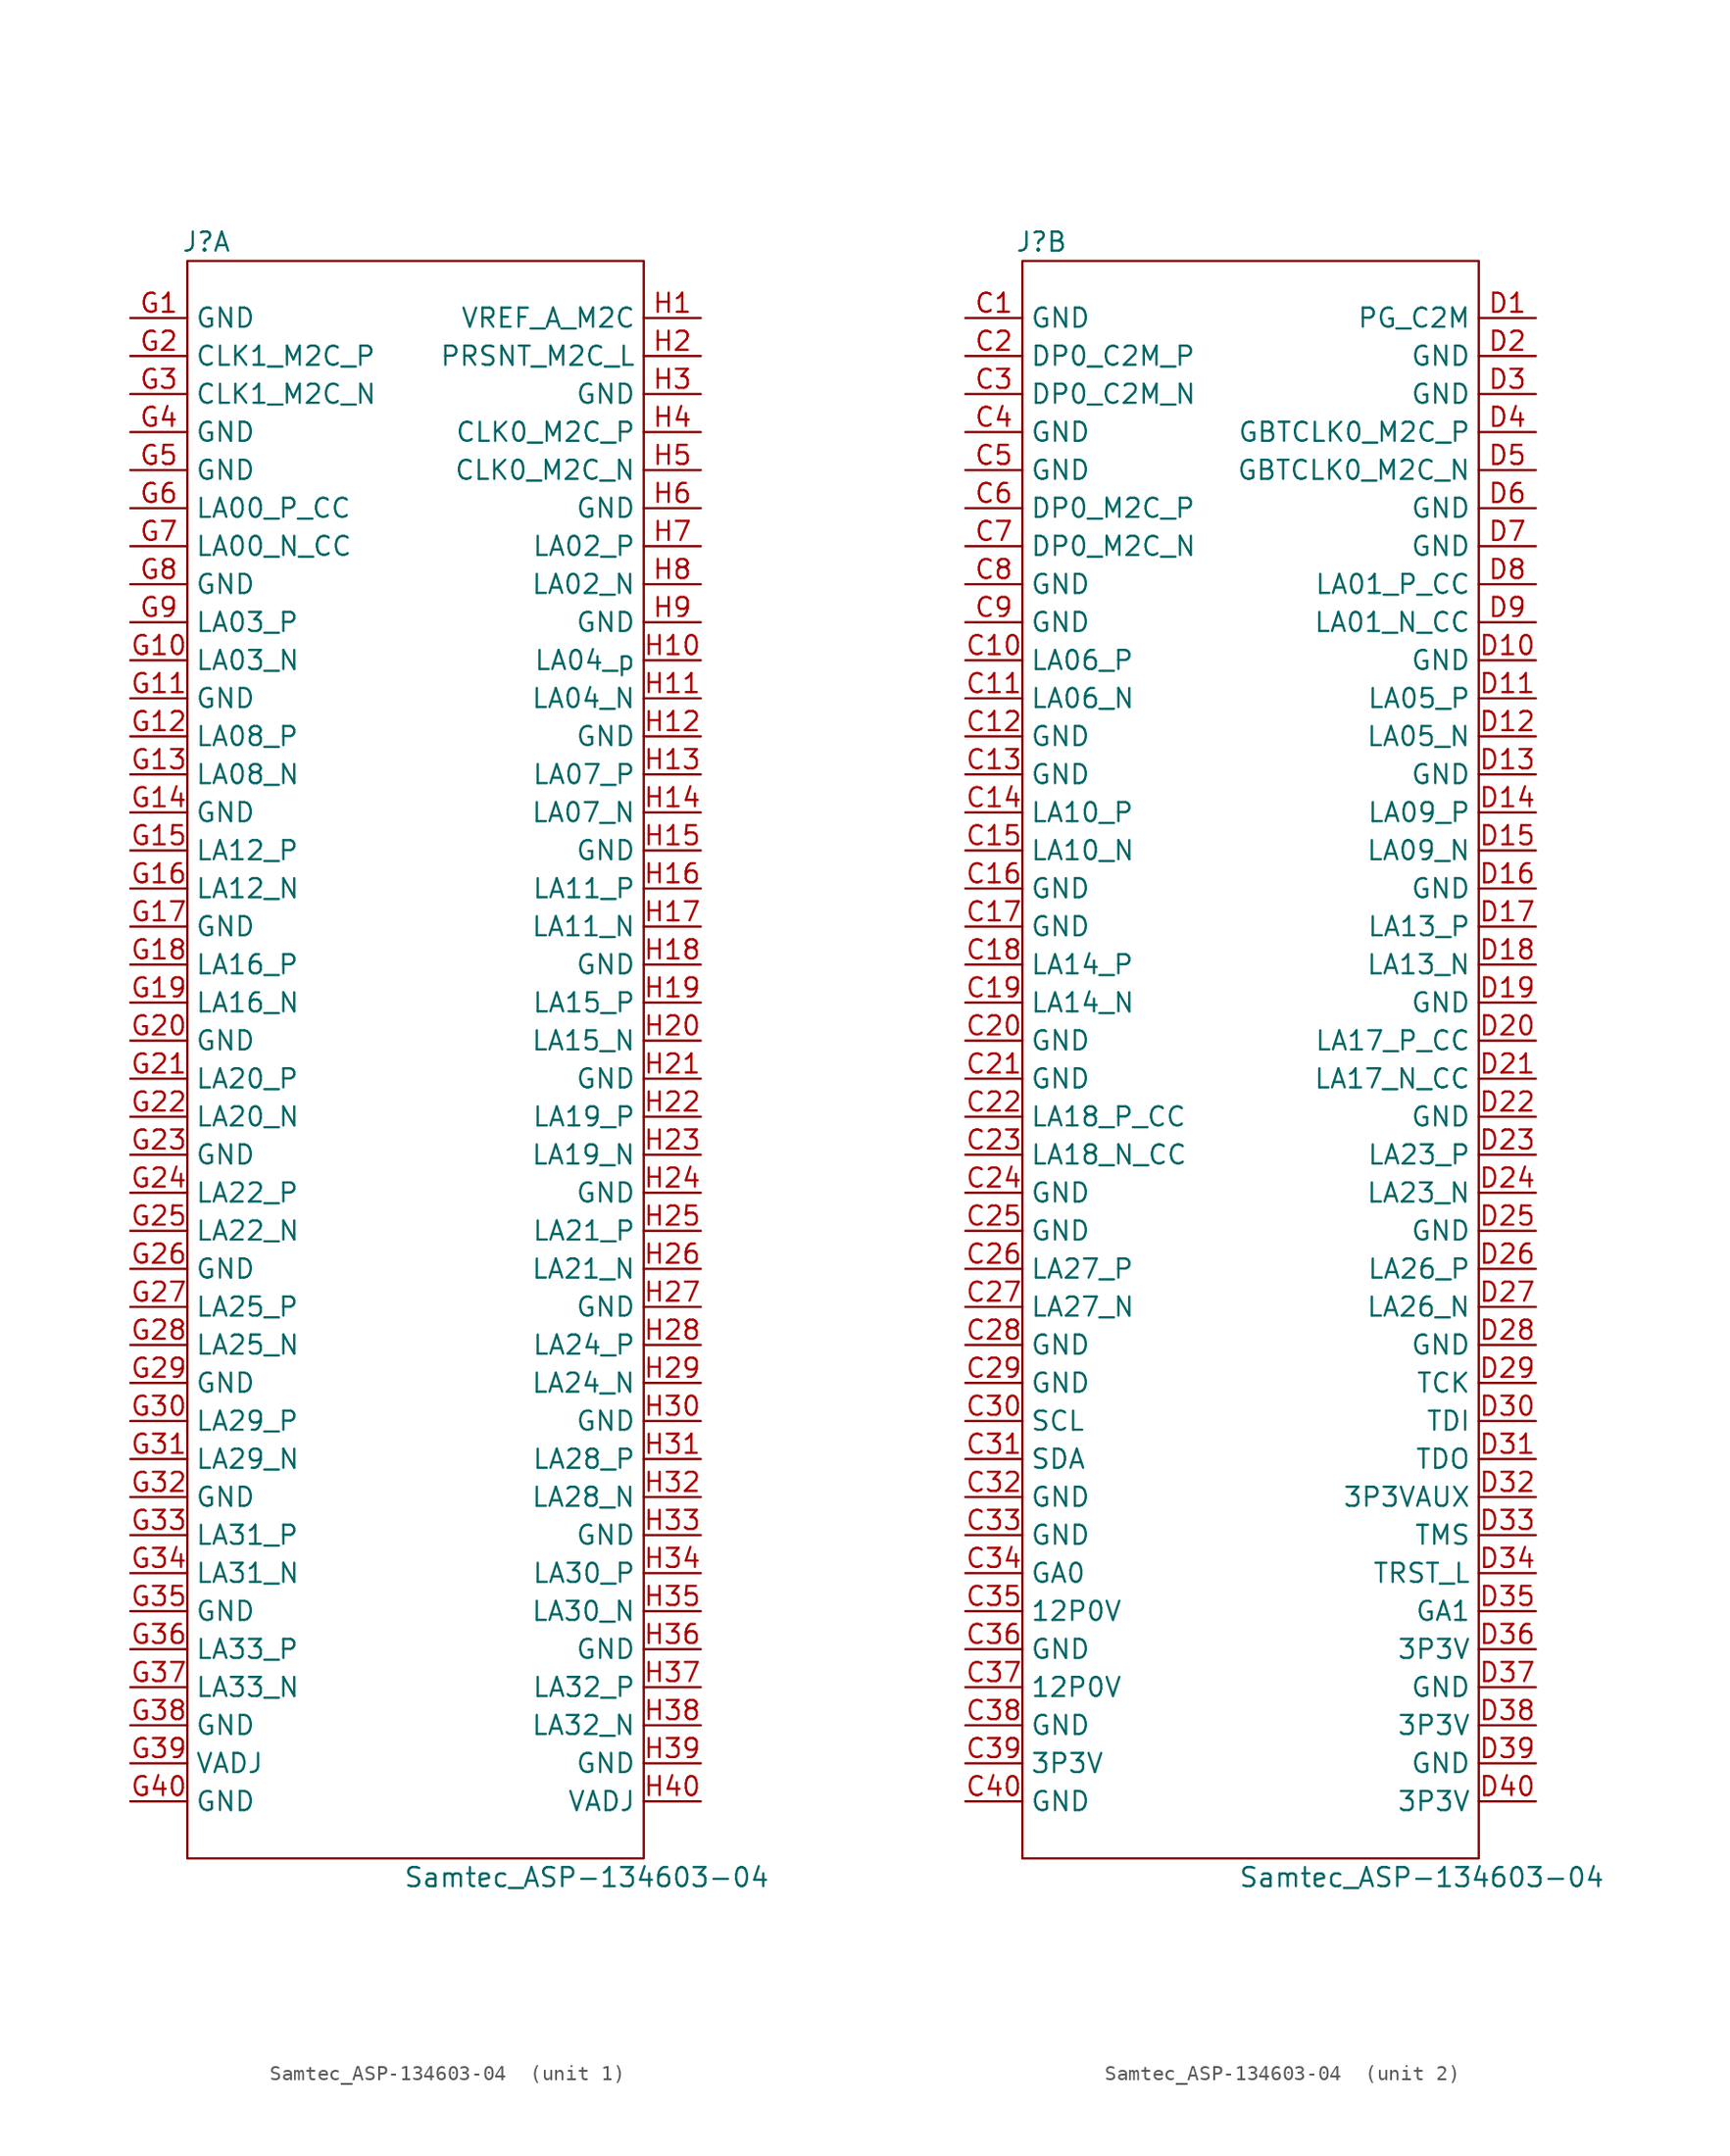
<source format=kicad_sym>
(kicad_symbol_lib
  (version 20211014)
  (generator kicad_symbol_editor)
  (symbol "Samtec_ASP-134603-04 "
    (property "Reference" "J"
      (at -13.97 54.61 0)
      (effects (font (size 1.27 1.27))))
    (property "Value" "Samtec_ASP-134603-04 "
      (at 11.43 -54.61 0)
      (effects (font (size 1.27 1.27))))
    (property "ki_locked" ""
      (at 0 0 0)
      (effects (font (size 1.27 1.27))))
    (symbol "Samtec_ASP-134603-04 _0_1"
      (rectangle (start -15.24 53.34) (end 15.24 -53.34) (stroke (width 0) (type default) (color 0 0 0 0)) (fill (type none))))
    (symbol "Samtec_ASP-134603-04 _1_1"
      (pin passive line (at -19.05 49.53 0) (length 3.81) (name "GND" (effects (font (size 1.27 1.27)))) (number "G1" (effects (font (size 1.27 1.27)))))
      (pin passive line (at -19.05 26.67 0) (length 3.81) (name "LA03_N" (effects (font (size 1.27 1.27)))) (number "G10" (effects (font (size 1.27 1.27)))))
      (pin passive line (at -19.05 24.13 0) (length 3.81) (name "GND" (effects (font (size 1.27 1.27)))) (number "G11" (effects (font (size 1.27 1.27)))))
      (pin passive line (at -19.05 21.59 0) (length 3.81) (name "LA08_P" (effects (font (size 1.27 1.27)))) (number "G12" (effects (font (size 1.27 1.27)))))
      (pin passive line (at -19.05 19.05 0) (length 3.81) (name "LA08_N" (effects (font (size 1.27 1.27)))) (number "G13" (effects (font (size 1.27 1.27)))))
      (pin passive line (at -19.05 16.51 0) (length 3.81) (name "GND" (effects (font (size 1.27 1.27)))) (number "G14" (effects (font (size 1.27 1.27)))))
      (pin passive line (at -19.05 13.97 0) (length 3.81) (name "LA12_P" (effects (font (size 1.27 1.27)))) (number "G15" (effects (font (size 1.27 1.27)))))
      (pin passive line (at -19.05 11.43 0) (length 3.81) (name "LA12_N" (effects (font (size 1.27 1.27)))) (number "G16" (effects (font (size 1.27 1.27)))))
      (pin passive line (at -19.05 8.89 0) (length 3.81) (name "GND" (effects (font (size 1.27 1.27)))) (number "G17" (effects (font (size 1.27 1.27)))))
      (pin passive line (at -19.05 6.35 0) (length 3.81) (name "LA16_P" (effects (font (size 1.27 1.27)))) (number "G18" (effects (font (size 1.27 1.27)))))
      (pin passive line (at -19.05 3.81 0) (length 3.81) (name "LA16_N" (effects (font (size 1.27 1.27)))) (number "G19" (effects (font (size 1.27 1.27)))))
      (pin output line (at -19.05 46.99 0) (length 3.81) (name "CLK1_M2C_P" (effects (font (size 1.27 1.27)))) (number "G2" (effects (font (size 1.27 1.27)))))
      (pin passive line (at -19.05 1.27 0) (length 3.81) (name "GND" (effects (font (size 1.27 1.27)))) (number "G20" (effects (font (size 1.27 1.27)))))
      (pin passive line (at -19.05 -1.27 0) (length 3.81) (name "LA20_P" (effects (font (size 1.27 1.27)))) (number "G21" (effects (font (size 1.27 1.27)))))
      (pin passive line (at -19.05 -3.81 0) (length 3.81) (name "LA20_N" (effects (font (size 1.27 1.27)))) (number "G22" (effects (font (size 1.27 1.27)))))
      (pin passive line (at -19.05 -6.35 0) (length 3.81) (name "GND" (effects (font (size 1.27 1.27)))) (number "G23" (effects (font (size 1.27 1.27)))))
      (pin passive line (at -19.05 -8.89 0) (length 3.81) (name "LA22_P" (effects (font (size 1.27 1.27)))) (number "G24" (effects (font (size 1.27 1.27)))))
      (pin passive line (at -19.05 -11.43 0) (length 3.81) (name "LA22_N" (effects (font (size 1.27 1.27)))) (number "G25" (effects (font (size 1.27 1.27)))))
      (pin passive line (at -19.05 -13.97 0) (length 3.81) (name "GND" (effects (font (size 1.27 1.27)))) (number "G26" (effects (font (size 1.27 1.27)))))
      (pin passive line (at -19.05 -16.51 0) (length 3.81) (name "LA25_P" (effects (font (size 1.27 1.27)))) (number "G27" (effects (font (size 1.27 1.27)))))
      (pin passive line (at -19.05 -19.05 0) (length 3.81) (name "LA25_N" (effects (font (size 1.27 1.27)))) (number "G28" (effects (font (size 1.27 1.27)))))
      (pin passive line (at -19.05 -21.59 0) (length 3.81) (name "GND" (effects (font (size 1.27 1.27)))) (number "G29" (effects (font (size 1.27 1.27)))))
      (pin output line (at -19.05 44.45 0) (length 3.81) (name "CLK1_M2C_N" (effects (font (size 1.27 1.27)))) (number "G3" (effects (font (size 1.27 1.27)))))
      (pin passive line (at -19.05 -24.13 0) (length 3.81) (name "LA29_P" (effects (font (size 1.27 1.27)))) (number "G30" (effects (font (size 1.27 1.27)))))
      (pin passive line (at -19.05 -26.67 0) (length 3.81) (name "LA29_N" (effects (font (size 1.27 1.27)))) (number "G31" (effects (font (size 1.27 1.27)))))
      (pin passive line (at -19.05 -29.21 0) (length 3.81) (name "GND" (effects (font (size 1.27 1.27)))) (number "G32" (effects (font (size 1.27 1.27)))))
      (pin passive line (at -19.05 -31.75 0) (length 3.81) (name "LA31_P" (effects (font (size 1.27 1.27)))) (number "G33" (effects (font (size 1.27 1.27)))))
      (pin passive line (at -19.05 -34.29 0) (length 3.81) (name "LA31_N" (effects (font (size 1.27 1.27)))) (number "G34" (effects (font (size 1.27 1.27)))))
      (pin passive line (at -19.05 -36.83 0) (length 3.81) (name "GND" (effects (font (size 1.27 1.27)))) (number "G35" (effects (font (size 1.27 1.27)))))
      (pin passive line (at -19.05 -39.37 0) (length 3.81) (name "LA33_P" (effects (font (size 1.27 1.27)))) (number "G36" (effects (font (size 1.27 1.27)))))
      (pin passive line (at -19.05 -41.91 0) (length 3.81) (name "LA33_N" (effects (font (size 1.27 1.27)))) (number "G37" (effects (font (size 1.27 1.27)))))
      (pin passive line (at -19.05 -44.45 0) (length 3.81) (name "GND" (effects (font (size 1.27 1.27)))) (number "G38" (effects (font (size 1.27 1.27)))))
      (pin passive line (at -19.05 -46.99 0) (length 3.81) (name "VADJ" (effects (font (size 1.27 1.27)))) (number "G39" (effects (font (size 1.27 1.27)))))
      (pin passive line (at -19.05 41.91 0) (length 3.81) (name "GND" (effects (font (size 1.27 1.27)))) (number "G4" (effects (font (size 1.27 1.27)))))
      (pin passive line (at -19.05 -49.53 0) (length 3.81) (name "GND" (effects (font (size 1.27 1.27)))) (number "G40" (effects (font (size 1.27 1.27)))))
      (pin passive line (at -19.05 39.37 0) (length 3.81) (name "GND" (effects (font (size 1.27 1.27)))) (number "G5" (effects (font (size 1.27 1.27)))))
      (pin passive line (at -19.05 36.83 0) (length 3.81) (name "LA00_P_CC" (effects (font (size 1.27 1.27)))) (number "G6" (effects (font (size 1.27 1.27)))))
      (pin passive line (at -19.05 34.29 0) (length 3.81) (name "LA00_N_CC" (effects (font (size 1.27 1.27)))) (number "G7" (effects (font (size 1.27 1.27)))))
      (pin passive line (at -19.05 31.75 0) (length 3.81) (name "GND" (effects (font (size 1.27 1.27)))) (number "G8" (effects (font (size 1.27 1.27)))))
      (pin passive line (at -19.05 29.21 0) (length 3.81) (name "LA03_P" (effects (font (size 1.27 1.27)))) (number "G9" (effects (font (size 1.27 1.27)))))
      (pin passive line (at 19.05 49.53 180) (length 3.81) (name "VREF_A_M2C" (effects (font (size 1.27 1.27)))) (number "H1" (effects (font (size 1.27 1.27)))))
      (pin passive line (at 19.05 26.67 180) (length 3.81) (name "LA04_p" (effects (font (size 1.27 1.27)))) (number "H10" (effects (font (size 1.27 1.27)))))
      (pin passive line (at 19.05 24.13 180) (length 3.81) (name "LA04_N" (effects (font (size 1.27 1.27)))) (number "H11" (effects (font (size 1.27 1.27)))))
      (pin passive line (at 19.05 21.59 180) (length 3.81) (name "GND" (effects (font (size 1.27 1.27)))) (number "H12" (effects (font (size 1.27 1.27)))))
      (pin passive line (at 19.05 19.05 180) (length 3.81) (name "LA07_P" (effects (font (size 1.27 1.27)))) (number "H13" (effects (font (size 1.27 1.27)))))
      (pin passive line (at 19.05 16.51 180) (length 3.81) (name "LA07_N" (effects (font (size 1.27 1.27)))) (number "H14" (effects (font (size 1.27 1.27)))))
      (pin passive line (at 19.05 13.97 180) (length 3.81) (name "GND" (effects (font (size 1.27 1.27)))) (number "H15" (effects (font (size 1.27 1.27)))))
      (pin passive line (at 19.05 11.43 180) (length 3.81) (name "LA11_P" (effects (font (size 1.27 1.27)))) (number "H16" (effects (font (size 1.27 1.27)))))
      (pin passive line (at 19.05 8.89 180) (length 3.81) (name "LA11_N" (effects (font (size 1.27 1.27)))) (number "H17" (effects (font (size 1.27 1.27)))))
      (pin passive line (at 19.05 6.35 180) (length 3.81) (name "GND" (effects (font (size 1.27 1.27)))) (number "H18" (effects (font (size 1.27 1.27)))))
      (pin passive line (at 19.05 3.81 180) (length 3.81) (name "LA15_P" (effects (font (size 1.27 1.27)))) (number "H19" (effects (font (size 1.27 1.27)))))
      (pin passive line (at 19.05 46.99 180) (length 3.81) (name "PRSNT_M2C_L" (effects (font (size 1.27 1.27)))) (number "H2" (effects (font (size 1.27 1.27)))))
      (pin passive line (at 19.05 1.27 180) (length 3.81) (name "LA15_N" (effects (font (size 1.27 1.27)))) (number "H20" (effects (font (size 1.27 1.27)))))
      (pin passive line (at 19.05 -1.27 180) (length 3.81) (name "GND" (effects (font (size 1.27 1.27)))) (number "H21" (effects (font (size 1.27 1.27)))))
      (pin passive line (at 19.05 -3.81 180) (length 3.81) (name "LA19_P" (effects (font (size 1.27 1.27)))) (number "H22" (effects (font (size 1.27 1.27)))))
      (pin passive line (at 19.05 -6.35 180) (length 3.81) (name "LA19_N" (effects (font (size 1.27 1.27)))) (number "H23" (effects (font (size 1.27 1.27)))))
      (pin passive line (at 19.05 -8.89 180) (length 3.81) (name "GND" (effects (font (size 1.27 1.27)))) (number "H24" (effects (font (size 1.27 1.27)))))
      (pin passive line (at 19.05 -11.43 180) (length 3.81) (name "LA21_P" (effects (font (size 1.27 1.27)))) (number "H25" (effects (font (size 1.27 1.27)))))
      (pin passive line (at 19.05 -13.97 180) (length 3.81) (name "LA21_N" (effects (font (size 1.27 1.27)))) (number "H26" (effects (font (size 1.27 1.27)))))
      (pin passive line (at 19.05 -16.51 180) (length 3.81) (name "GND" (effects (font (size 1.27 1.27)))) (number "H27" (effects (font (size 1.27 1.27)))))
      (pin passive line (at 19.05 -19.05 180) (length 3.81) (name "LA24_P" (effects (font (size 1.27 1.27)))) (number "H28" (effects (font (size 1.27 1.27)))))
      (pin passive line (at 19.05 -21.59 180) (length 3.81) (name "LA24_N" (effects (font (size 1.27 1.27)))) (number "H29" (effects (font (size 1.27 1.27)))))
      (pin passive line (at 19.05 44.45 180) (length 3.81) (name "GND" (effects (font (size 1.27 1.27)))) (number "H3" (effects (font (size 1.27 1.27)))))
      (pin passive line (at 19.05 -24.13 180) (length 3.81) (name "GND" (effects (font (size 1.27 1.27)))) (number "H30" (effects (font (size 1.27 1.27)))))
      (pin passive line (at 19.05 -26.67 180) (length 3.81) (name "LA28_P" (effects (font (size 1.27 1.27)))) (number "H31" (effects (font (size 1.27 1.27)))))
      (pin passive line (at 19.05 -29.21 180) (length 3.81) (name "LA28_N" (effects (font (size 1.27 1.27)))) (number "H32" (effects (font (size 1.27 1.27)))))
      (pin passive line (at 19.05 -31.75 180) (length 3.81) (name "GND" (effects (font (size 1.27 1.27)))) (number "H33" (effects (font (size 1.27 1.27)))))
      (pin passive line (at 19.05 -34.29 180) (length 3.81) (name "LA30_P" (effects (font (size 1.27 1.27)))) (number "H34" (effects (font (size 1.27 1.27)))))
      (pin passive line (at 19.05 -36.83 180) (length 3.81) (name "LA30_N" (effects (font (size 1.27 1.27)))) (number "H35" (effects (font (size 1.27 1.27)))))
      (pin passive line (at 19.05 -39.37 180) (length 3.81) (name "GND" (effects (font (size 1.27 1.27)))) (number "H36" (effects (font (size 1.27 1.27)))))
      (pin passive line (at 19.05 -41.91 180) (length 3.81) (name "LA32_P" (effects (font (size 1.27 1.27)))) (number "H37" (effects (font (size 1.27 1.27)))))
      (pin passive line (at 19.05 -44.45 180) (length 3.81) (name "LA32_N" (effects (font (size 1.27 1.27)))) (number "H38" (effects (font (size 1.27 1.27)))))
      (pin passive line (at 19.05 -46.99 180) (length 3.81) (name "GND" (effects (font (size 1.27 1.27)))) (number "H39" (effects (font (size 1.27 1.27)))))
      (pin output line (at 19.05 41.91 180) (length 3.81) (name "CLK0_M2C_P" (effects (font (size 1.27 1.27)))) (number "H4" (effects (font (size 1.27 1.27)))))
      (pin passive line (at 19.05 -49.53 180) (length 3.81) (name "VADJ" (effects (font (size 1.27 1.27)))) (number "H40" (effects (font (size 1.27 1.27)))))
      (pin output line (at 19.05 39.37 180) (length 3.81) (name "CLK0_M2C_N" (effects (font (size 1.27 1.27)))) (number "H5" (effects (font (size 1.27 1.27)))))
      (pin passive line (at 19.05 36.83 180) (length 3.81) (name "GND" (effects (font (size 1.27 1.27)))) (number "H6" (effects (font (size 1.27 1.27)))))
      (pin passive line (at 19.05 34.29 180) (length 3.81) (name "LA02_P" (effects (font (size 1.27 1.27)))) (number "H7" (effects (font (size 1.27 1.27)))))
      (pin passive line (at 19.05 31.75 180) (length 3.81) (name "LA02_N" (effects (font (size 1.27 1.27)))) (number "H8" (effects (font (size 1.27 1.27)))))
      (pin passive line (at 19.05 29.21 180) (length 3.81) (name "GND" (effects (font (size 1.27 1.27)))) (number "H9" (effects (font (size 1.27 1.27))))))
    (symbol "Samtec_ASP-134603-04 _2_1"
      (pin passive line (at -19.05 49.53 0) (length 3.81) (name "GND" (effects (font (size 1.27 1.27)))) (number "C1" (effects (font (size 1.27 1.27)))))
      (pin passive line (at -19.05 26.67 0) (length 3.81) (name "LA06_P" (effects (font (size 1.27 1.27)))) (number "C10" (effects (font (size 1.27 1.27)))))
      (pin passive line (at -19.05 24.13 0) (length 3.81) (name "LA06_N" (effects (font (size 1.27 1.27)))) (number "C11" (effects (font (size 1.27 1.27)))))
      (pin passive line (at -19.05 21.59 0) (length 3.81) (name "GND" (effects (font (size 1.27 1.27)))) (number "C12" (effects (font (size 1.27 1.27)))))
      (pin passive line (at -19.05 19.05 0) (length 3.81) (name "GND" (effects (font (size 1.27 1.27)))) (number "C13" (effects (font (size 1.27 1.27)))))
      (pin passive line (at -19.05 16.51 0) (length 3.81) (name "LA10_P" (effects (font (size 1.27 1.27)))) (number "C14" (effects (font (size 1.27 1.27)))))
      (pin passive line (at -19.05 13.97 0) (length 3.81) (name "LA10_N" (effects (font (size 1.27 1.27)))) (number "C15" (effects (font (size 1.27 1.27)))))
      (pin passive line (at -19.05 11.43 0) (length 3.81) (name "GND" (effects (font (size 1.27 1.27)))) (number "C16" (effects (font (size 1.27 1.27)))))
      (pin passive line (at -19.05 8.89 0) (length 3.81) (name "GND" (effects (font (size 1.27 1.27)))) (number "C17" (effects (font (size 1.27 1.27)))))
      (pin passive line (at -19.05 6.35 0) (length 3.81) (name "LA14_P" (effects (font (size 1.27 1.27)))) (number "C18" (effects (font (size 1.27 1.27)))))
      (pin passive line (at -19.05 3.81 0) (length 3.81) (name "LA14_N" (effects (font (size 1.27 1.27)))) (number "C19" (effects (font (size 1.27 1.27)))))
      (pin passive line (at -19.05 46.99 0) (length 3.81) (name "DP0_C2M_P" (effects (font (size 1.27 1.27)))) (number "C2" (effects (font (size 1.27 1.27)))))
      (pin passive line (at -19.05 1.27 0) (length 3.81) (name "GND" (effects (font (size 1.27 1.27)))) (number "C20" (effects (font (size 1.27 1.27)))))
      (pin passive line (at -19.05 -1.27 0) (length 3.81) (name "GND" (effects (font (size 1.27 1.27)))) (number "C21" (effects (font (size 1.27 1.27)))))
      (pin passive line (at -19.05 -3.81 0) (length 3.81) (name "LA18_P_CC" (effects (font (size 1.27 1.27)))) (number "C22" (effects (font (size 1.27 1.27)))))
      (pin passive line (at -19.05 -6.35 0) (length 3.81) (name "LA18_N_CC" (effects (font (size 1.27 1.27)))) (number "C23" (effects (font (size 1.27 1.27)))))
      (pin passive line (at -19.05 -8.89 0) (length 3.81) (name "GND" (effects (font (size 1.27 1.27)))) (number "C24" (effects (font (size 1.27 1.27)))))
      (pin passive line (at -19.05 -11.43 0) (length 3.81) (name "GND" (effects (font (size 1.27 1.27)))) (number "C25" (effects (font (size 1.27 1.27)))))
      (pin passive line (at -19.05 -13.97 0) (length 3.81) (name "LA27_P" (effects (font (size 1.27 1.27)))) (number "C26" (effects (font (size 1.27 1.27)))))
      (pin passive line (at -19.05 -16.51 0) (length 3.81) (name "LA27_N" (effects (font (size 1.27 1.27)))) (number "C27" (effects (font (size 1.27 1.27)))))
      (pin passive line (at -19.05 -19.05 0) (length 3.81) (name "GND" (effects (font (size 1.27 1.27)))) (number "C28" (effects (font (size 1.27 1.27)))))
      (pin passive line (at -19.05 -21.59 0) (length 3.81) (name "GND" (effects (font (size 1.27 1.27)))) (number "C29" (effects (font (size 1.27 1.27)))))
      (pin passive line (at -19.05 44.45 0) (length 3.81) (name "DP0_C2M_N" (effects (font (size 1.27 1.27)))) (number "C3" (effects (font (size 1.27 1.27)))))
      (pin passive line (at -19.05 -24.13 0) (length 3.81) (name "SCL" (effects (font (size 1.27 1.27)))) (number "C30" (effects (font (size 1.27 1.27)))))
      (pin passive line (at -19.05 -26.67 0) (length 3.81) (name "SDA" (effects (font (size 1.27 1.27)))) (number "C31" (effects (font (size 1.27 1.27)))))
      (pin passive line (at -19.05 -29.21 0) (length 3.81) (name "GND" (effects (font (size 1.27 1.27)))) (number "C32" (effects (font (size 1.27 1.27)))))
      (pin passive line (at -19.05 -31.75 0) (length 3.81) (name "GND" (effects (font (size 1.27 1.27)))) (number "C33" (effects (font (size 1.27 1.27)))))
      (pin passive line (at -19.05 -34.29 0) (length 3.81) (name "GA0" (effects (font (size 1.27 1.27)))) (number "C34" (effects (font (size 1.27 1.27)))))
      (pin passive line (at -19.05 -36.83 0) (length 3.81) (name "12P0V" (effects (font (size 1.27 1.27)))) (number "C35" (effects (font (size 1.27 1.27)))))
      (pin passive line (at -19.05 -39.37 0) (length 3.81) (name "GND" (effects (font (size 1.27 1.27)))) (number "C36" (effects (font (size 1.27 1.27)))))
      (pin passive line (at -19.05 -41.91 0) (length 3.81) (name "12P0V" (effects (font (size 1.27 1.27)))) (number "C37" (effects (font (size 1.27 1.27)))))
      (pin passive line (at -19.05 -44.45 0) (length 3.81) (name "GND" (effects (font (size 1.27 1.27)))) (number "C38" (effects (font (size 1.27 1.27)))))
      (pin passive line (at -19.05 -46.99 0) (length 3.81) (name "3P3V" (effects (font (size 1.27 1.27)))) (number "C39" (effects (font (size 1.27 1.27)))))
      (pin passive line (at -19.05 41.91 0) (length 3.81) (name "GND" (effects (font (size 1.27 1.27)))) (number "C4" (effects (font (size 1.27 1.27)))))
      (pin passive line (at -19.05 -49.53 0) (length 3.81) (name "GND" (effects (font (size 1.27 1.27)))) (number "C40" (effects (font (size 1.27 1.27)))))
      (pin passive line (at -19.05 39.37 0) (length 3.81) (name "GND" (effects (font (size 1.27 1.27)))) (number "C5" (effects (font (size 1.27 1.27)))))
      (pin passive line (at -19.05 36.83 0) (length 3.81) (name "DP0_M2C_P" (effects (font (size 1.27 1.27)))) (number "C6" (effects (font (size 1.27 1.27)))))
      (pin passive line (at -19.05 34.29 0) (length 3.81) (name "DP0_M2C_N" (effects (font (size 1.27 1.27)))) (number "C7" (effects (font (size 1.27 1.27)))))
      (pin passive line (at -19.05 31.75 0) (length 3.81) (name "GND" (effects (font (size 1.27 1.27)))) (number "C8" (effects (font (size 1.27 1.27)))))
      (pin passive line (at -19.05 29.21 0) (length 3.81) (name "GND" (effects (font (size 1.27 1.27)))) (number "C9" (effects (font (size 1.27 1.27)))))
      (pin passive line (at 19.05 49.53 180) (length 3.81) (name "PG_C2M" (effects (font (size 1.27 1.27)))) (number "D1" (effects (font (size 1.27 1.27)))))
      (pin passive line (at 19.05 26.67 180) (length 3.81) (name "GND" (effects (font (size 1.27 1.27)))) (number "D10" (effects (font (size 1.27 1.27)))))
      (pin passive line (at 19.05 24.13 180) (length 3.81) (name "LA05_P" (effects (font (size 1.27 1.27)))) (number "D11" (effects (font (size 1.27 1.27)))))
      (pin passive line (at 19.05 21.59 180) (length 3.81) (name "LA05_N" (effects (font (size 1.27 1.27)))) (number "D12" (effects (font (size 1.27 1.27)))))
      (pin passive line (at 19.05 19.05 180) (length 3.81) (name "GND" (effects (font (size 1.27 1.27)))) (number "D13" (effects (font (size 1.27 1.27)))))
      (pin passive line (at 19.05 16.51 180) (length 3.81) (name "LA09_P" (effects (font (size 1.27 1.27)))) (number "D14" (effects (font (size 1.27 1.27)))))
      (pin passive line (at 19.05 13.97 180) (length 3.81) (name "LA09_N" (effects (font (size 1.27 1.27)))) (number "D15" (effects (font (size 1.27 1.27)))))
      (pin passive line (at 19.05 11.43 180) (length 3.81) (name "GND" (effects (font (size 1.27 1.27)))) (number "D16" (effects (font (size 1.27 1.27)))))
      (pin passive line (at 19.05 8.89 180) (length 3.81) (name "LA13_P" (effects (font (size 1.27 1.27)))) (number "D17" (effects (font (size 1.27 1.27)))))
      (pin passive line (at 19.05 6.35 180) (length 3.81) (name "LA13_N" (effects (font (size 1.27 1.27)))) (number "D18" (effects (font (size 1.27 1.27)))))
      (pin passive line (at 19.05 3.81 180) (length 3.81) (name "GND" (effects (font (size 1.27 1.27)))) (number "D19" (effects (font (size 1.27 1.27)))))
      (pin passive line (at 19.05 46.99 180) (length 3.81) (name "GND" (effects (font (size 1.27 1.27)))) (number "D2" (effects (font (size 1.27 1.27)))))
      (pin passive line (at 19.05 1.27 180) (length 3.81) (name "LA17_P_CC" (effects (font (size 1.27 1.27)))) (number "D20" (effects (font (size 1.27 1.27)))))
      (pin passive line (at 19.05 -1.27 180) (length 3.81) (name "LA17_N_CC" (effects (font (size 1.27 1.27)))) (number "D21" (effects (font (size 1.27 1.27)))))
      (pin passive line (at 19.05 -3.81 180) (length 3.81) (name "GND" (effects (font (size 1.27 1.27)))) (number "D22" (effects (font (size 1.27 1.27)))))
      (pin passive line (at 19.05 -6.35 180) (length 3.81) (name "LA23_P" (effects (font (size 1.27 1.27)))) (number "D23" (effects (font (size 1.27 1.27)))))
      (pin passive line (at 19.05 -8.89 180) (length 3.81) (name "LA23_N" (effects (font (size 1.27 1.27)))) (number "D24" (effects (font (size 1.27 1.27)))))
      (pin passive line (at 19.05 -11.43 180) (length 3.81) (name "GND" (effects (font (size 1.27 1.27)))) (number "D25" (effects (font (size 1.27 1.27)))))
      (pin passive line (at 19.05 -13.97 180) (length 3.81) (name "LA26_P" (effects (font (size 1.27 1.27)))) (number "D26" (effects (font (size 1.27 1.27)))))
      (pin passive line (at 19.05 -16.51 180) (length 3.81) (name "LA26_N" (effects (font (size 1.27 1.27)))) (number "D27" (effects (font (size 1.27 1.27)))))
      (pin passive line (at 19.05 -19.05 180) (length 3.81) (name "GND" (effects (font (size 1.27 1.27)))) (number "D28" (effects (font (size 1.27 1.27)))))
      (pin passive line (at 19.05 -21.59 180) (length 3.81) (name "TCK" (effects (font (size 1.27 1.27)))) (number "D29" (effects (font (size 1.27 1.27)))))
      (pin passive line (at 19.05 44.45 180) (length 3.81) (name "GND" (effects (font (size 1.27 1.27)))) (number "D3" (effects (font (size 1.27 1.27)))))
      (pin passive line (at 19.05 -24.13 180) (length 3.81) (name "TDI" (effects (font (size 1.27 1.27)))) (number "D30" (effects (font (size 1.27 1.27)))))
      (pin passive line (at 19.05 -26.67 180) (length 3.81) (name "TDO" (effects (font (size 1.27 1.27)))) (number "D31" (effects (font (size 1.27 1.27)))))
      (pin passive line (at 19.05 -29.21 180) (length 3.81) (name "3P3VAUX" (effects (font (size 1.27 1.27)))) (number "D32" (effects (font (size 1.27 1.27)))))
      (pin passive line (at 19.05 -31.75 180) (length 3.81) (name "TMS" (effects (font (size 1.27 1.27)))) (number "D33" (effects (font (size 1.27 1.27)))))
      (pin passive line (at 19.05 -34.29 180) (length 3.81) (name "TRST_L" (effects (font (size 1.27 1.27)))) (number "D34" (effects (font (size 1.27 1.27)))))
      (pin passive line (at 19.05 -36.83 180) (length 3.81) (name "GA1" (effects (font (size 1.27 1.27)))) (number "D35" (effects (font (size 1.27 1.27)))))
      (pin passive line (at 19.05 -39.37 180) (length 3.81) (name "3P3V" (effects (font (size 1.27 1.27)))) (number "D36" (effects (font (size 1.27 1.27)))))
      (pin passive line (at 19.05 -41.91 180) (length 3.81) (name "GND" (effects (font (size 1.27 1.27)))) (number "D37" (effects (font (size 1.27 1.27)))))
      (pin passive line (at 19.05 -44.45 180) (length 3.81) (name "3P3V" (effects (font (size 1.27 1.27)))) (number "D38" (effects (font (size 1.27 1.27)))))
      (pin passive line (at 19.05 -46.99 180) (length 3.81) (name "GND" (effects (font (size 1.27 1.27)))) (number "D39" (effects (font (size 1.27 1.27)))))
      (pin passive line (at 19.05 41.91 180) (length 3.81) (name "GBTCLK0_M2C_P" (effects (font (size 1.27 1.27)))) (number "D4" (effects (font (size 1.27 1.27)))))
      (pin passive line (at 19.05 -49.53 180) (length 3.81) (name "3P3V" (effects (font (size 1.27 1.27)))) (number "D40" (effects (font (size 1.27 1.27)))))
      (pin passive line (at 19.05 39.37 180) (length 3.81) (name "GBTCLK0_M2C_N" (effects (font (size 1.27 1.27)))) (number "D5" (effects (font (size 1.27 1.27)))))
      (pin passive line (at 19.05 36.83 180) (length 3.81) (name "GND" (effects (font (size 1.27 1.27)))) (number "D6" (effects (font (size 1.27 1.27)))))
      (pin passive line (at 19.05 34.29 180) (length 3.81) (name "GND" (effects (font (size 1.27 1.27)))) (number "D7" (effects (font (size 1.27 1.27)))))
      (pin passive line (at 19.05 31.75 180) (length 3.81) (name "LA01_P_CC" (effects (font (size 1.27 1.27)))) (number "D8" (effects (font (size 1.27 1.27)))))
      (pin passive line (at 19.05 29.21 180) (length 3.81) (name "LA01_N_CC" (effects (font (size 1.27 1.27)))) (number "D9" (effects (font (size 1.27 1.27))))))))
</source>
